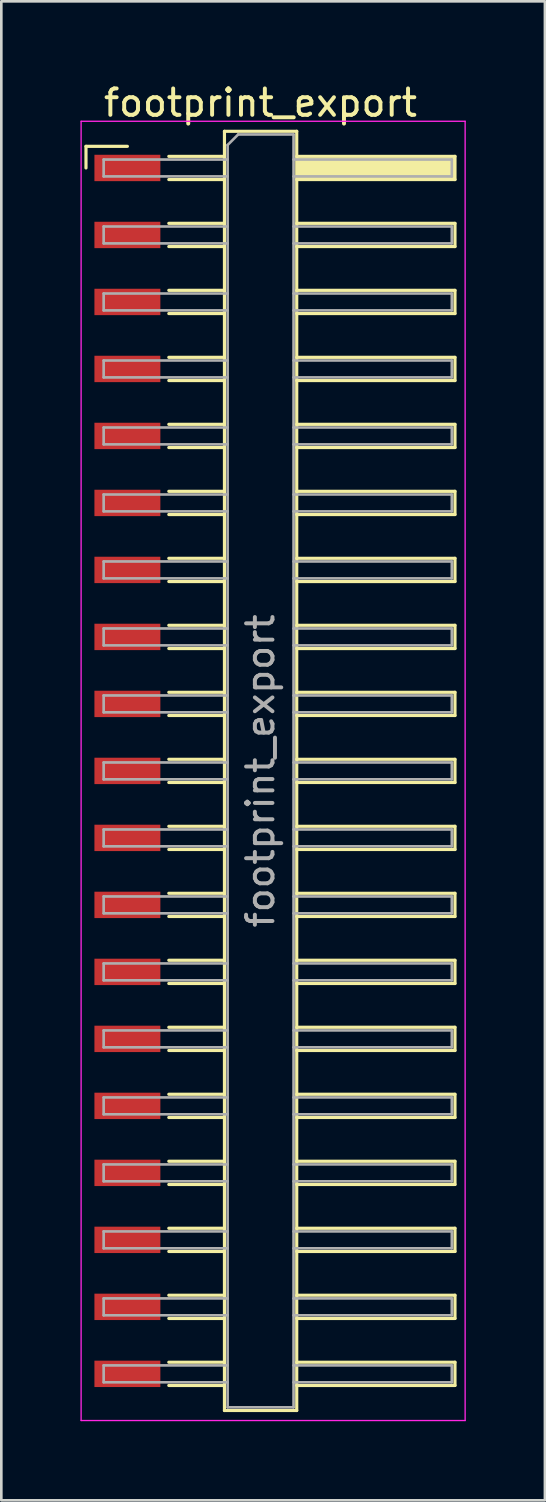
<source format=kicad_pcb>
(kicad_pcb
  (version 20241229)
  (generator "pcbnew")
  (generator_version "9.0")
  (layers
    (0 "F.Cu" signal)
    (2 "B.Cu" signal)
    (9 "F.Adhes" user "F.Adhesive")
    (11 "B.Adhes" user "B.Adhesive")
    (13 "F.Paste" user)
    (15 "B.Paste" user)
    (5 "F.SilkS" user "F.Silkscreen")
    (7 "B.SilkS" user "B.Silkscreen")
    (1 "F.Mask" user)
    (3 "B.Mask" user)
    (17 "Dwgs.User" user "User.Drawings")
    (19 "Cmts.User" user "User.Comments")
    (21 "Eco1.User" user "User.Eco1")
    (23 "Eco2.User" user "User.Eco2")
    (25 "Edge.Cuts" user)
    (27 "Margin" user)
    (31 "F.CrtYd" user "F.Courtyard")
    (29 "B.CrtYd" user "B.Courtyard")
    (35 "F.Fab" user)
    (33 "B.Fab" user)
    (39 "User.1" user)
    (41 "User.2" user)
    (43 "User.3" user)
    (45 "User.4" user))
  (footprint "footprint_export"
    (layer "F.Cu")
    (at 7.305 26.178)
    (property "Reference" "footprint_export" (at -0.48 -25.33 0) (layer "F.SilkS") (effects (font (size 1 1) (thickness 0.15))))
    (attr smd)
    (fp_line (start -7.095 -23.68) (end -5.525 -23.68) (stroke (width 0.12) (type solid)) (layer "F.SilkS"))
    (fp_line (start -7.095 -22.86) (end -7.095 -23.68) (stroke (width 0.12) (type solid)) (layer "F.SilkS"))
    (fp_line (start -3.955 -23.3) (end -1.845 -23.3) (stroke (width 0.12) (type solid)) (layer "F.SilkS"))
    (fp_line (start -3.955 -22.42) (end -1.845 -22.42) (stroke (width 0.12) (type solid)) (layer "F.SilkS"))
    (fp_line (start -3.955 -20.76) (end -1.845 -20.76) (stroke (width 0.12) (type solid)) (layer "F.SilkS"))
    (fp_line (start -3.955 -19.88) (end -1.845 -19.88) (stroke (width 0.12) (type solid)) (layer "F.SilkS"))
    (fp_line (start -3.955 -18.22) (end -1.845 -18.22) (stroke (width 0.12) (type solid)) (layer "F.SilkS"))
    (fp_line (start -3.955 -17.34) (end -1.845 -17.34) (stroke (width 0.12) (type solid)) (layer "F.SilkS"))
    (fp_line (start -3.955 -15.68) (end -1.845 -15.68) (stroke (width 0.12) (type solid)) (layer "F.SilkS"))
    (fp_line (start -3.955 -14.8) (end -1.845 -14.8) (stroke (width 0.12) (type solid)) (layer "F.SilkS"))
    (fp_line (start -3.955 -13.14) (end -1.845 -13.14) (stroke (width 0.12) (type solid)) (layer "F.SilkS"))
    (fp_line (start -3.955 -12.26) (end -1.845 -12.26) (stroke (width 0.12) (type solid)) (layer "F.SilkS"))
    (fp_line (start -3.955 -10.6) (end -1.845 -10.6) (stroke (width 0.12) (type solid)) (layer "F.SilkS"))
    (fp_line (start -3.955 -9.72) (end -1.845 -9.72) (stroke (width 0.12) (type solid)) (layer "F.SilkS"))
    (fp_line (start -3.955 -8.06) (end -1.845 -8.06) (stroke (width 0.12) (type solid)) (layer "F.SilkS"))
    (fp_line (start -3.955 -7.18) (end -1.845 -7.18) (stroke (width 0.12) (type solid)) (layer "F.SilkS"))
    (fp_line (start -3.955 -5.52) (end -1.845 -5.52) (stroke (width 0.12) (type solid)) (layer "F.SilkS"))
    (fp_line (start -3.955 -4.64) (end -1.845 -4.64) (stroke (width 0.12) (type solid)) (layer "F.SilkS"))
    (fp_line (start -3.955 -2.98) (end -1.845 -2.98) (stroke (width 0.12) (type solid)) (layer "F.SilkS"))
    (fp_line (start -3.955 -2.1) (end -1.845 -2.1) (stroke (width 0.12) (type solid)) (layer "F.SilkS"))
    (fp_line (start -3.955 -0.44) (end -1.845 -0.44) (stroke (width 0.12) (type solid)) (layer "F.SilkS"))
    (fp_line (start -3.955 0.44) (end -1.845 0.44) (stroke (width 0.12) (type solid)) (layer "F.SilkS"))
    (fp_line (start -3.955 2.1) (end -1.845 2.1) (stroke (width 0.12) (type solid)) (layer "F.SilkS"))
    (fp_line (start -3.955 2.98) (end -1.845 2.98) (stroke (width 0.12) (type solid)) (layer "F.SilkS"))
    (fp_line (start -3.955 4.64) (end -1.845 4.64) (stroke (width 0.12) (type solid)) (layer "F.SilkS"))
    (fp_line (start -3.955 5.52) (end -1.845 5.52) (stroke (width 0.12) (type solid)) (layer "F.SilkS"))
    (fp_line (start -3.955 7.18) (end -1.845 7.18) (stroke (width 0.12) (type solid)) (layer "F.SilkS"))
    (fp_line (start -3.955 8.06) (end -1.845 8.06) (stroke (width 0.12) (type solid)) (layer "F.SilkS"))
    (fp_line (start -3.955 9.72) (end -1.845 9.72) (stroke (width 0.12) (type solid)) (layer "F.SilkS"))
    (fp_line (start -3.955 10.6) (end -1.845 10.6) (stroke (width 0.12) (type solid)) (layer "F.SilkS"))
    (fp_line (start -3.955 12.26) (end -1.845 12.26) (stroke (width 0.12) (type solid)) (layer "F.SilkS"))
    (fp_line (start -3.955 13.14) (end -1.845 13.14) (stroke (width 0.12) (type solid)) (layer "F.SilkS"))
    (fp_line (start -3.955 14.8) (end -1.845 14.8) (stroke (width 0.12) (type solid)) (layer "F.SilkS"))
    (fp_line (start -3.955 15.68) (end -1.845 15.68) (stroke (width 0.12) (type solid)) (layer "F.SilkS"))
    (fp_line (start -3.955 17.34) (end -1.845 17.34) (stroke (width 0.12) (type solid)) (layer "F.SilkS"))
    (fp_line (start -3.955 18.22) (end -1.845 18.22) (stroke (width 0.12) (type solid)) (layer "F.SilkS"))
    (fp_line (start -3.955 19.88) (end -1.845 19.88) (stroke (width 0.12) (type solid)) (layer "F.SilkS"))
    (fp_line (start -3.955 20.76) (end -1.845 20.76) (stroke (width 0.12) (type solid)) (layer "F.SilkS"))
    (fp_line (start -3.955 22.42) (end -1.845 22.42) (stroke (width 0.12) (type solid)) (layer "F.SilkS"))
    (fp_line (start -3.955 23.3) (end -1.845 23.3) (stroke (width 0.12) (type solid)) (layer "F.SilkS"))
    (fp_line (start -1.845 -24.25) (end 0.895 -24.25) (stroke (width 0.12) (type solid)) (layer "F.SilkS"))
    (fp_line (start -1.845 24.25) (end -1.845 -24.25) (stroke (width 0.12) (type solid)) (layer "F.SilkS"))
    (fp_line (start 0.895 -24.25) (end 0.895 24.25) (stroke (width 0.12) (type solid)) (layer "F.SilkS"))
    (fp_line (start 0.895 -23.3) (end 6.895 -23.3) (stroke (width 0.12) (type solid)) (layer "F.SilkS"))
    (fp_line (start 0.895 -20.76) (end 6.895 -20.76) (stroke (width 0.12) (type solid)) (layer "F.SilkS"))
    (fp_line (start 0.895 -18.22) (end 6.895 -18.22) (stroke (width 0.12) (type solid)) (layer "F.SilkS"))
    (fp_line (start 0.895 -15.68) (end 6.895 -15.68) (stroke (width 0.12) (type solid)) (layer "F.SilkS"))
    (fp_line (start 0.895 -13.14) (end 6.895 -13.14) (stroke (width 0.12) (type solid)) (layer "F.SilkS"))
    (fp_line (start 0.895 -10.6) (end 6.895 -10.6) (stroke (width 0.12) (type solid)) (layer "F.SilkS"))
    (fp_line (start 0.895 -8.06) (end 6.895 -8.06) (stroke (width 0.12) (type solid)) (layer "F.SilkS"))
    (fp_line (start 0.895 -5.52) (end 6.895 -5.52) (stroke (width 0.12) (type solid)) (layer "F.SilkS"))
    (fp_line (start 0.895 -2.98) (end 6.895 -2.98) (stroke (width 0.12) (type solid)) (layer "F.SilkS"))
    (fp_line (start 0.895 -0.44) (end 6.895 -0.44) (stroke (width 0.12) (type solid)) (layer "F.SilkS"))
    (fp_line (start 0.895 2.1) (end 6.895 2.1) (stroke (width 0.12) (type solid)) (layer "F.SilkS"))
    (fp_line (start 0.895 4.64) (end 6.895 4.64) (stroke (width 0.12) (type solid)) (layer "F.SilkS"))
    (fp_line (start 0.895 7.18) (end 6.895 7.18) (stroke (width 0.12) (type solid)) (layer "F.SilkS"))
    (fp_line (start 0.895 9.72) (end 6.895 9.72) (stroke (width 0.12) (type solid)) (layer "F.SilkS"))
    (fp_line (start 0.895 12.26) (end 6.895 12.26) (stroke (width 0.12) (type solid)) (layer "F.SilkS"))
    (fp_line (start 0.895 14.8) (end 6.895 14.8) (stroke (width 0.12) (type solid)) (layer "F.SilkS"))
    (fp_line (start 0.895 17.34) (end 6.895 17.34) (stroke (width 0.12) (type solid)) (layer "F.SilkS"))
    (fp_line (start 0.895 19.88) (end 6.895 19.88) (stroke (width 0.12) (type solid)) (layer "F.SilkS"))
    (fp_line (start 0.895 22.42) (end 6.895 22.42) (stroke (width 0.12) (type solid)) (layer "F.SilkS"))
    (fp_line (start 0.895 24.25) (end -1.845 24.25) (stroke (width 0.12) (type solid)) (layer "F.SilkS"))
    (fp_line (start 6.895 -23.3) (end 6.895 -22.42) (stroke (width 0.12) (type solid)) (layer "F.SilkS"))
    (fp_line (start 6.895 -22.42) (end 0.895 -22.42) (stroke (width 0.12) (type solid)) (layer "F.SilkS"))
    (fp_line (start 6.895 -20.76) (end 6.895 -19.88) (stroke (width 0.12) (type solid)) (layer "F.SilkS"))
    (fp_line (start 6.895 -19.88) (end 0.895 -19.88) (stroke (width 0.12) (type solid)) (layer "F.SilkS"))
    (fp_line (start 6.895 -18.22) (end 6.895 -17.34) (stroke (width 0.12) (type solid)) (layer "F.SilkS"))
    (fp_line (start 6.895 -17.34) (end 0.895 -17.34) (stroke (width 0.12) (type solid)) (layer "F.SilkS"))
    (fp_line (start 6.895 -15.68) (end 6.895 -14.8) (stroke (width 0.12) (type solid)) (layer "F.SilkS"))
    (fp_line (start 6.895 -14.8) (end 0.895 -14.8) (stroke (width 0.12) (type solid)) (layer "F.SilkS"))
    (fp_line (start 6.895 -13.14) (end 6.895 -12.26) (stroke (width 0.12) (type solid)) (layer "F.SilkS"))
    (fp_line (start 6.895 -12.26) (end 0.895 -12.26) (stroke (width 0.12) (type solid)) (layer "F.SilkS"))
    (fp_line (start 6.895 -10.6) (end 6.895 -9.72) (stroke (width 0.12) (type solid)) (layer "F.SilkS"))
    (fp_line (start 6.895 -9.72) (end 0.895 -9.72) (stroke (width 0.12) (type solid)) (layer "F.SilkS"))
    (fp_line (start 6.895 -8.06) (end 6.895 -7.18) (stroke (width 0.12) (type solid)) (layer "F.SilkS"))
    (fp_line (start 6.895 -7.18) (end 0.895 -7.18) (stroke (width 0.12) (type solid)) (layer "F.SilkS"))
    (fp_line (start 6.895 -5.52) (end 6.895 -4.64) (stroke (width 0.12) (type solid)) (layer "F.SilkS"))
    (fp_line (start 6.895 -4.64) (end 0.895 -4.64) (stroke (width 0.12) (type solid)) (layer "F.SilkS"))
    (fp_line (start 6.895 -2.98) (end 6.895 -2.1) (stroke (width 0.12) (type solid)) (layer "F.SilkS"))
    (fp_line (start 6.895 -2.1) (end 0.895 -2.1) (stroke (width 0.12) (type solid)) (layer "F.SilkS"))
    (fp_line (start 6.895 -0.44) (end 6.895 0.44) (stroke (width 0.12) (type solid)) (layer "F.SilkS"))
    (fp_line (start 6.895 0.44) (end 0.895 0.44) (stroke (width 0.12) (type solid)) (layer "F.SilkS"))
    (fp_line (start 6.895 2.1) (end 6.895 2.98) (stroke (width 0.12) (type solid)) (layer "F.SilkS"))
    (fp_line (start 6.895 2.98) (end 0.895 2.98) (stroke (width 0.12) (type solid)) (layer "F.SilkS"))
    (fp_line (start 6.895 4.64) (end 6.895 5.52) (stroke (width 0.12) (type solid)) (layer "F.SilkS"))
    (fp_line (start 6.895 5.52) (end 0.895 5.52) (stroke (width 0.12) (type solid)) (layer "F.SilkS"))
    (fp_line (start 6.895 7.18) (end 6.895 8.06) (stroke (width 0.12) (type solid)) (layer "F.SilkS"))
    (fp_line (start 6.895 8.06) (end 0.895 8.06) (stroke (width 0.12) (type solid)) (layer "F.SilkS"))
    (fp_line (start 6.895 9.72) (end 6.895 10.6) (stroke (width 0.12) (type solid)) (layer "F.SilkS"))
    (fp_line (start 6.895 10.6) (end 0.895 10.6) (stroke (width 0.12) (type solid)) (layer "F.SilkS"))
    (fp_line (start 6.895 12.26) (end 6.895 13.14) (stroke (width 0.12) (type solid)) (layer "F.SilkS"))
    (fp_line (start 6.895 13.14) (end 0.895 13.14) (stroke (width 0.12) (type solid)) (layer "F.SilkS"))
    (fp_line (start 6.895 14.8) (end 6.895 15.68) (stroke (width 0.12) (type solid)) (layer "F.SilkS"))
    (fp_line (start 6.895 15.68) (end 0.895 15.68) (stroke (width 0.12) (type solid)) (layer "F.SilkS"))
    (fp_line (start 6.895 17.34) (end 6.895 18.22) (stroke (width 0.12) (type solid)) (layer "F.SilkS"))
    (fp_line (start 6.895 18.22) (end 0.895 18.22) (stroke (width 0.12) (type solid)) (layer "F.SilkS"))
    (fp_line (start 6.895 19.88) (end 6.895 20.76) (stroke (width 0.12) (type solid)) (layer "F.SilkS"))
    (fp_line (start 6.895 20.76) (end 0.895 20.76) (stroke (width 0.12) (type solid)) (layer "F.SilkS"))
    (fp_line (start 6.895 22.42) (end 6.895 23.3) (stroke (width 0.12) (type solid)) (layer "F.SilkS"))
    (fp_line (start 6.895 23.3) (end 0.895 23.3) (stroke (width 0.12) (type solid)) (layer "F.SilkS"))
    (fp_line (start -7.28 -24.63) (end 7.28 -24.63) (stroke (width 0.05) (type solid)) (layer "F.CrtYd"))
    (fp_line (start -7.28 24.63) (end -7.28 -24.63) (stroke (width 0.05) (type solid)) (layer "F.CrtYd"))
    (fp_line (start 7.28 -24.63) (end 7.28 24.63) (stroke (width 0.05) (type solid)) (layer "F.CrtYd"))
    (fp_line (start 7.28 24.63) (end -7.28 24.63) (stroke (width 0.05) (type solid)) (layer "F.CrtYd"))
    (fp_line (start -6.425 -23.18) (end -6.425 -22.54) (stroke (width 0.1) (type solid)) (layer "F.Fab"))
    (fp_line (start -6.425 -22.54) (end -1.725 -22.54) (stroke (width 0.1) (type solid)) (layer "F.Fab"))
    (fp_line (start -6.425 -20.64) (end -6.425 -20) (stroke (width 0.1) (type solid)) (layer "F.Fab"))
    (fp_line (start -6.425 -20) (end -1.725 -20) (stroke (width 0.1) (type solid)) (layer "F.Fab"))
    (fp_line (start -6.425 -18.1) (end -6.425 -17.46) (stroke (width 0.1) (type solid)) (layer "F.Fab"))
    (fp_line (start -6.425 -17.46) (end -1.725 -17.46) (stroke (width 0.1) (type solid)) (layer "F.Fab"))
    (fp_line (start -6.425 -15.56) (end -6.425 -14.92) (stroke (width 0.1) (type solid)) (layer "F.Fab"))
    (fp_line (start -6.425 -14.92) (end -1.725 -14.92) (stroke (width 0.1) (type solid)) (layer "F.Fab"))
    (fp_line (start -6.425 -13.02) (end -6.425 -12.38) (stroke (width 0.1) (type solid)) (layer "F.Fab"))
    (fp_line (start -6.425 -12.38) (end -1.725 -12.38) (stroke (width 0.1) (type solid)) (layer "F.Fab"))
    (fp_line (start -6.425 -10.48) (end -6.425 -9.84) (stroke (width 0.1) (type solid)) (layer "F.Fab"))
    (fp_line (start -6.425 -9.84) (end -1.725 -9.84) (stroke (width 0.1) (type solid)) (layer "F.Fab"))
    (fp_line (start -6.425 -7.94) (end -6.425 -7.3) (stroke (width 0.1) (type solid)) (layer "F.Fab"))
    (fp_line (start -6.425 -7.3) (end -1.725 -7.3) (stroke (width 0.1) (type solid)) (layer "F.Fab"))
    (fp_line (start -6.425 -5.4) (end -6.425 -4.76) (stroke (width 0.1) (type solid)) (layer "F.Fab"))
    (fp_line (start -6.425 -4.76) (end -1.725 -4.76) (stroke (width 0.1) (type solid)) (layer "F.Fab"))
    (fp_line (start -6.425 -2.86) (end -6.425 -2.22) (stroke (width 0.1) (type solid)) (layer "F.Fab"))
    (fp_line (start -6.425 -2.22) (end -1.725 -2.22) (stroke (width 0.1) (type solid)) (layer "F.Fab"))
    (fp_line (start -6.425 -0.32) (end -6.425 0.32) (stroke (width 0.1) (type solid)) (layer "F.Fab"))
    (fp_line (start -6.425 0.32) (end -1.725 0.32) (stroke (width 0.1) (type solid)) (layer "F.Fab"))
    (fp_line (start -6.425 2.22) (end -6.425 2.86) (stroke (width 0.1) (type solid)) (layer "F.Fab"))
    (fp_line (start -6.425 2.86) (end -1.725 2.86) (stroke (width 0.1) (type solid)) (layer "F.Fab"))
    (fp_line (start -6.425 4.76) (end -6.425 5.4) (stroke (width 0.1) (type solid)) (layer "F.Fab"))
    (fp_line (start -6.425 5.4) (end -1.725 5.4) (stroke (width 0.1) (type solid)) (layer "F.Fab"))
    (fp_line (start -6.425 7.3) (end -6.425 7.94) (stroke (width 0.1) (type solid)) (layer "F.Fab"))
    (fp_line (start -6.425 7.94) (end -1.725 7.94) (stroke (width 0.1) (type solid)) (layer "F.Fab"))
    (fp_line (start -6.425 9.84) (end -6.425 10.48) (stroke (width 0.1) (type solid)) (layer "F.Fab"))
    (fp_line (start -6.425 10.48) (end -1.725 10.48) (stroke (width 0.1) (type solid)) (layer "F.Fab"))
    (fp_line (start -6.425 12.38) (end -6.425 13.02) (stroke (width 0.1) (type solid)) (layer "F.Fab"))
    (fp_line (start -6.425 13.02) (end -1.725 13.02) (stroke (width 0.1) (type solid)) (layer "F.Fab"))
    (fp_line (start -6.425 14.92) (end -6.425 15.56) (stroke (width 0.1) (type solid)) (layer "F.Fab"))
    (fp_line (start -6.425 15.56) (end -1.725 15.56) (stroke (width 0.1) (type solid)) (layer "F.Fab"))
    (fp_line (start -6.425 17.46) (end -6.425 18.1) (stroke (width 0.1) (type solid)) (layer "F.Fab"))
    (fp_line (start -6.425 18.1) (end -1.725 18.1) (stroke (width 0.1) (type solid)) (layer "F.Fab"))
    (fp_line (start -6.425 20) (end -6.425 20.64) (stroke (width 0.1) (type solid)) (layer "F.Fab"))
    (fp_line (start -6.425 20.64) (end -1.725 20.64) (stroke (width 0.1) (type solid)) (layer "F.Fab"))
    (fp_line (start -6.425 22.54) (end -6.425 23.18) (stroke (width 0.1) (type solid)) (layer "F.Fab"))
    (fp_line (start -6.425 23.18) (end -1.725 23.18) (stroke (width 0.1) (type solid)) (layer "F.Fab"))
    (fp_line (start -1.725 -23.73) (end -1.325 -24.13) (stroke (width 0.1) (type solid)) (layer "F.Fab"))
    (fp_line (start -1.725 -23.18) (end -6.425 -23.18) (stroke (width 0.1) (type solid)) (layer "F.Fab"))
    (fp_line (start -1.725 -20.64) (end -6.425 -20.64) (stroke (width 0.1) (type solid)) (layer "F.Fab"))
    (fp_line (start -1.725 -18.1) (end -6.425 -18.1) (stroke (width 0.1) (type solid)) (layer "F.Fab"))
    (fp_line (start -1.725 -15.56) (end -6.425 -15.56) (stroke (width 0.1) (type solid)) (layer "F.Fab"))
    (fp_line (start -1.725 -13.02) (end -6.425 -13.02) (stroke (width 0.1) (type solid)) (layer "F.Fab"))
    (fp_line (start -1.725 -10.48) (end -6.425 -10.48) (stroke (width 0.1) (type solid)) (layer "F.Fab"))
    (fp_line (start -1.725 -7.94) (end -6.425 -7.94) (stroke (width 0.1) (type solid)) (layer "F.Fab"))
    (fp_line (start -1.725 -5.4) (end -6.425 -5.4) (stroke (width 0.1) (type solid)) (layer "F.Fab"))
    (fp_line (start -1.725 -2.86) (end -6.425 -2.86) (stroke (width 0.1) (type solid)) (layer "F.Fab"))
    (fp_line (start -1.725 -0.32) (end -6.425 -0.32) (stroke (width 0.1) (type solid)) (layer "F.Fab"))
    (fp_line (start -1.725 2.22) (end -6.425 2.22) (stroke (width 0.1) (type solid)) (layer "F.Fab"))
    (fp_line (start -1.725 4.76) (end -6.425 4.76) (stroke (width 0.1) (type solid)) (layer "F.Fab"))
    (fp_line (start -1.725 7.3) (end -6.425 7.3) (stroke (width 0.1) (type solid)) (layer "F.Fab"))
    (fp_line (start -1.725 9.84) (end -6.425 9.84) (stroke (width 0.1) (type solid)) (layer "F.Fab"))
    (fp_line (start -1.725 12.38) (end -6.425 12.38) (stroke (width 0.1) (type solid)) (layer "F.Fab"))
    (fp_line (start -1.725 14.92) (end -6.425 14.92) (stroke (width 0.1) (type solid)) (layer "F.Fab"))
    (fp_line (start -1.725 17.46) (end -6.425 17.46) (stroke (width 0.1) (type solid)) (layer "F.Fab"))
    (fp_line (start -1.725 20) (end -6.425 20) (stroke (width 0.1) (type solid)) (layer "F.Fab"))
    (fp_line (start -1.725 22.54) (end -6.425 22.54) (stroke (width 0.1) (type solid)) (layer "F.Fab"))
    (fp_line (start -1.725 24.13) (end -1.725 -23.73) (stroke (width 0.1) (type solid)) (layer "F.Fab"))
    (fp_line (start -1.325 -24.13) (end 0.775 -24.13) (stroke (width 0.1) (type solid)) (layer "F.Fab"))
    (fp_line (start 0.775 -24.13) (end 0.775 24.13) (stroke (width 0.1) (type solid)) (layer "F.Fab"))
    (fp_line (start 0.775 -23.18) (end 6.775 -23.18) (stroke (width 0.1) (type solid)) (layer "F.Fab"))
    (fp_line (start 0.775 -20.64) (end 6.775 -20.64) (stroke (width 0.1) (type solid)) (layer "F.Fab"))
    (fp_line (start 0.775 -18.1) (end 6.775 -18.1) (stroke (width 0.1) (type solid)) (layer "F.Fab"))
    (fp_line (start 0.775 -15.56) (end 6.775 -15.56) (stroke (width 0.1) (type solid)) (layer "F.Fab"))
    (fp_line (start 0.775 -13.02) (end 6.775 -13.02) (stroke (width 0.1) (type solid)) (layer "F.Fab"))
    (fp_line (start 0.775 -10.48) (end 6.775 -10.48) (stroke (width 0.1) (type solid)) (layer "F.Fab"))
    (fp_line (start 0.775 -7.94) (end 6.775 -7.94) (stroke (width 0.1) (type solid)) (layer "F.Fab"))
    (fp_line (start 0.775 -5.4) (end 6.775 -5.4) (stroke (width 0.1) (type solid)) (layer "F.Fab"))
    (fp_line (start 0.775 -2.86) (end 6.775 -2.86) (stroke (width 0.1) (type solid)) (layer "F.Fab"))
    (fp_line (start 0.775 -0.32) (end 6.775 -0.32) (stroke (width 0.1) (type solid)) (layer "F.Fab"))
    (fp_line (start 0.775 2.22) (end 6.775 2.22) (stroke (width 0.1) (type solid)) (layer "F.Fab"))
    (fp_line (start 0.775 4.76) (end 6.775 4.76) (stroke (width 0.1) (type solid)) (layer "F.Fab"))
    (fp_line (start 0.775 7.3) (end 6.775 7.3) (stroke (width 0.1) (type solid)) (layer "F.Fab"))
    (fp_line (start 0.775 9.84) (end 6.775 9.84) (stroke (width 0.1) (type solid)) (layer "F.Fab"))
    (fp_line (start 0.775 12.38) (end 6.775 12.38) (stroke (width 0.1) (type solid)) (layer "F.Fab"))
    (fp_line (start 0.775 14.92) (end 6.775 14.92) (stroke (width 0.1) (type solid)) (layer "F.Fab"))
    (fp_line (start 0.775 17.46) (end 6.775 17.46) (stroke (width 0.1) (type solid)) (layer "F.Fab"))
    (fp_line (start 0.775 20) (end 6.775 20) (stroke (width 0.1) (type solid)) (layer "F.Fab"))
    (fp_line (start 0.775 22.54) (end 6.775 22.54) (stroke (width 0.1) (type solid)) (layer "F.Fab"))
    (fp_line (start 0.775 24.13) (end -1.725 24.13) (stroke (width 0.1) (type solid)) (layer "F.Fab"))
    (fp_line (start 6.775 -23.18) (end 6.775 -22.54) (stroke (width 0.1) (type solid)) (layer "F.Fab"))
    (fp_line (start 6.775 -22.54) (end 0.775 -22.54) (stroke (width 0.1) (type solid)) (layer "F.Fab"))
    (fp_line (start 6.775 -20.64) (end 6.775 -20) (stroke (width 0.1) (type solid)) (layer "F.Fab"))
    (fp_line (start 6.775 -20) (end 0.775 -20) (stroke (width 0.1) (type solid)) (layer "F.Fab"))
    (fp_line (start 6.775 -18.1) (end 6.775 -17.46) (stroke (width 0.1) (type solid)) (layer "F.Fab"))
    (fp_line (start 6.775 -17.46) (end 0.775 -17.46) (stroke (width 0.1) (type solid)) (layer "F.Fab"))
    (fp_line (start 6.775 -15.56) (end 6.775 -14.92) (stroke (width 0.1) (type solid)) (layer "F.Fab"))
    (fp_line (start 6.775 -14.92) (end 0.775 -14.92) (stroke (width 0.1) (type solid)) (layer "F.Fab"))
    (fp_line (start 6.775 -13.02) (end 6.775 -12.38) (stroke (width 0.1) (type solid)) (layer "F.Fab"))
    (fp_line (start 6.775 -12.38) (end 0.775 -12.38) (stroke (width 0.1) (type solid)) (layer "F.Fab"))
    (fp_line (start 6.775 -10.48) (end 6.775 -9.84) (stroke (width 0.1) (type solid)) (layer "F.Fab"))
    (fp_line (start 6.775 -9.84) (end 0.775 -9.84) (stroke (width 0.1) (type solid)) (layer "F.Fab"))
    (fp_line (start 6.775 -7.94) (end 6.775 -7.3) (stroke (width 0.1) (type solid)) (layer "F.Fab"))
    (fp_line (start 6.775 -7.3) (end 0.775 -7.3) (stroke (width 0.1) (type solid)) (layer "F.Fab"))
    (fp_line (start 6.775 -5.4) (end 6.775 -4.76) (stroke (width 0.1) (type solid)) (layer "F.Fab"))
    (fp_line (start 6.775 -4.76) (end 0.775 -4.76) (stroke (width 0.1) (type solid)) (layer "F.Fab"))
    (fp_line (start 6.775 -2.86) (end 6.775 -2.22) (stroke (width 0.1) (type solid)) (layer "F.Fab"))
    (fp_line (start 6.775 -2.22) (end 0.775 -2.22) (stroke (width 0.1) (type solid)) (layer "F.Fab"))
    (fp_line (start 6.775 -0.32) (end 6.775 0.32) (stroke (width 0.1) (type solid)) (layer "F.Fab"))
    (fp_line (start 6.775 0.32) (end 0.775 0.32) (stroke (width 0.1) (type solid)) (layer "F.Fab"))
    (fp_line (start 6.775 2.22) (end 6.775 2.86) (stroke (width 0.1) (type solid)) (layer "F.Fab"))
    (fp_line (start 6.775 2.86) (end 0.775 2.86) (stroke (width 0.1) (type solid)) (layer "F.Fab"))
    (fp_line (start 6.775 4.76) (end 6.775 5.4) (stroke (width 0.1) (type solid)) (layer "F.Fab"))
    (fp_line (start 6.775 5.4) (end 0.775 5.4) (stroke (width 0.1) (type solid)) (layer "F.Fab"))
    (fp_line (start 6.775 7.3) (end 6.775 7.94) (stroke (width 0.1) (type solid)) (layer "F.Fab"))
    (fp_line (start 6.775 7.94) (end 0.775 7.94) (stroke (width 0.1) (type solid)) (layer "F.Fab"))
    (fp_line (start 6.775 9.84) (end 6.775 10.48) (stroke (width 0.1) (type solid)) (layer "F.Fab"))
    (fp_line (start 6.775 10.48) (end 0.775 10.48) (stroke (width 0.1) (type solid)) (layer "F.Fab"))
    (fp_line (start 6.775 12.38) (end 6.775 13.02) (stroke (width 0.1) (type solid)) (layer "F.Fab"))
    (fp_line (start 6.775 13.02) (end 0.775 13.02) (stroke (width 0.1) (type solid)) (layer "F.Fab"))
    (fp_line (start 6.775 14.92) (end 6.775 15.56) (stroke (width 0.1) (type solid)) (layer "F.Fab"))
    (fp_line (start 6.775 15.56) (end 0.775 15.56) (stroke (width 0.1) (type solid)) (layer "F.Fab"))
    (fp_line (start 6.775 17.46) (end 6.775 18.1) (stroke (width 0.1) (type solid)) (layer "F.Fab"))
    (fp_line (start 6.775 18.1) (end 0.775 18.1) (stroke (width 0.1) (type solid)) (layer "F.Fab"))
    (fp_line (start 6.775 20) (end 6.775 20.64) (stroke (width 0.1) (type solid)) (layer "F.Fab"))
    (fp_line (start 6.775 20.64) (end 0.775 20.64) (stroke (width 0.1) (type solid)) (layer "F.Fab"))
    (fp_line (start 6.775 22.54) (end 6.775 23.18) (stroke (width 0.1) (type solid)) (layer "F.Fab"))
    (fp_line (start 6.775 23.18) (end 0.775 23.18) (stroke (width 0.1) (type solid)) (layer "F.Fab"))
    (fp_text user "${REFERENCE}" (at -0.48 0 90) (layer "F.Fab") (effects (font (size 1 1) (thickness 0.15))))
    (pad "" smd rect (at 3.895 -22.86) (size 6 0.76) (layers "F.SilkS"))
    (pad "1" smd rect (at -5.525 -22.86) (size 2.5 1) (layers "F.Cu" "F.Mask" "F.Paste"))
    (pad "2" smd rect (at -5.525 -20.32) (size 2.5 1) (layers "F.Cu" "F.Mask" "F.Paste"))
    (pad "3" smd rect (at -5.525 -17.78) (size 2.5 1) (layers "F.Cu" "F.Mask" "F.Paste"))
    (pad "4" smd rect (at -5.525 -15.24) (size 2.5 1) (layers "F.Cu" "F.Mask" "F.Paste"))
    (pad "5" smd rect (at -5.525 -12.7) (size 2.5 1) (layers "F.Cu" "F.Mask" "F.Paste"))
    (pad "6" smd rect (at -5.525 -10.16) (size 2.5 1) (layers "F.Cu" "F.Mask" "F.Paste"))
    (pad "7" smd rect (at -5.525 -7.62) (size 2.5 1) (layers "F.Cu" "F.Mask" "F.Paste"))
    (pad "8" smd rect (at -5.525 -5.08) (size 2.5 1) (layers "F.Cu" "F.Mask" "F.Paste"))
    (pad "9" smd rect (at -5.525 -2.54) (size 2.5 1) (layers "F.Cu" "F.Mask" "F.Paste"))
    (pad "10" smd rect (at -5.525 0) (size 2.5 1) (layers "F.Cu" "F.Mask" "F.Paste"))
    (pad "11" smd rect (at -5.525 2.54) (size 2.5 1) (layers "F.Cu" "F.Mask" "F.Paste"))
    (pad "12" smd rect (at -5.525 5.08) (size 2.5 1) (layers "F.Cu" "F.Mask" "F.Paste"))
    (pad "13" smd rect (at -5.525 7.62) (size 2.5 1) (layers "F.Cu" "F.Mask" "F.Paste"))
    (pad "14" smd rect (at -5.525 10.16) (size 2.5 1) (layers "F.Cu" "F.Mask" "F.Paste"))
    (pad "15" smd rect (at -5.525 12.7) (size 2.5 1) (layers "F.Cu" "F.Mask" "F.Paste"))
    (pad "16" smd rect (at -5.525 15.24) (size 2.5 1) (layers "F.Cu" "F.Mask" "F.Paste"))
    (pad "17" smd rect (at -5.525 17.78) (size 2.5 1) (layers "F.Cu" "F.Mask" "F.Paste"))
    (pad "18" smd rect (at -5.525 20.32) (size 2.5 1) (layers "F.Cu" "F.Mask" "F.Paste"))
    (pad "19" smd rect (at -5.525 22.86) (size 2.5 1) (layers "F.Cu" "F.Mask" "F.Paste")))
  (gr_rect
    (start -3 -3)
    (end 17.61 53.833)
    (stroke (width 0.1) (type default))
    (fill no)
    (layer "Edge.Cuts")))
</source>
